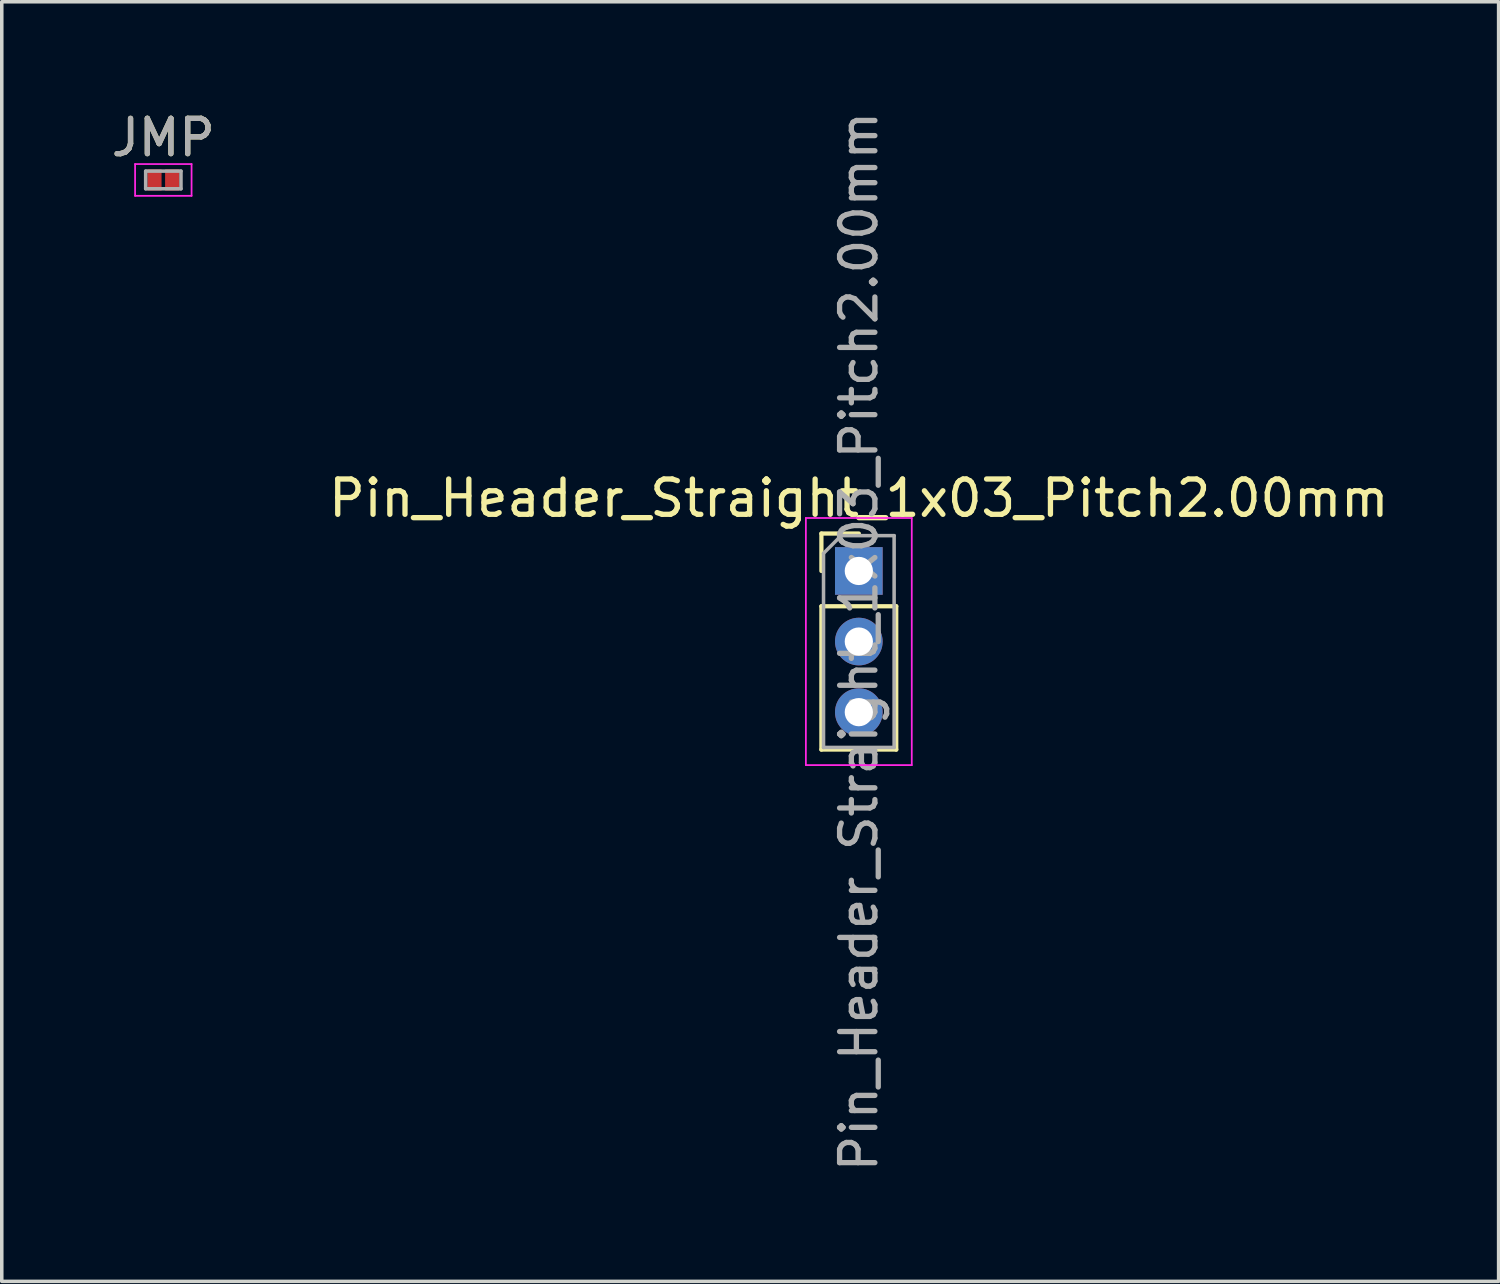
<source format=kicad_pcb>
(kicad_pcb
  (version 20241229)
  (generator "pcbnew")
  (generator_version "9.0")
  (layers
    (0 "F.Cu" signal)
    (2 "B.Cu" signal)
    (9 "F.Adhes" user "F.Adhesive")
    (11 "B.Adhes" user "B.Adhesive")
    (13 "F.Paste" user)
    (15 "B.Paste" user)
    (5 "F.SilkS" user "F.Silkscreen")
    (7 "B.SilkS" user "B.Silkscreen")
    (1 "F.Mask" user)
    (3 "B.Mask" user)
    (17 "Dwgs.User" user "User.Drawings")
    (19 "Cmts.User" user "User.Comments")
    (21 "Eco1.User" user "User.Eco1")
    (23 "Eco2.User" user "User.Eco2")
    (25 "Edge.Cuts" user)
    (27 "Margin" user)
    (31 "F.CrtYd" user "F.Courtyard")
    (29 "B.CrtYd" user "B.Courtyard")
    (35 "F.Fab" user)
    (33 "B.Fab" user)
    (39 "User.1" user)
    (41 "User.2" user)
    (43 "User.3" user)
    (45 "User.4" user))
  (footprint "JMP"
    (layer "F.Cu")
    (at 1.577 2.048)
    (property "Reference" "JMP" (at 0 -1.2 0) (layer "F.SilkS") (effects (font (size 1 1) (thickness 0.15))))
    (attr smd)
    (fp_line (start -0.8 -0.45) (end -0.8 0.45) (stroke (width 0.05) (type solid)) (layer "F.CrtYd"))
    (fp_line (start -0.8 -0.45) (end 0.8 -0.45) (stroke (width 0.05) (type solid)) (layer "F.CrtYd"))
    (fp_line (start 0.8 0.45) (end -0.8 0.45) (stroke (width 0.05) (type solid)) (layer "F.CrtYd"))
    (fp_line (start 0.8 0.45) (end 0.8 -0.45) (stroke (width 0.05) (type solid)) (layer "F.CrtYd"))
    (fp_line (start -0.5 -0.25) (end 0.5 -0.25) (stroke (width 0.1) (type solid)) (layer "F.Fab"))
    (fp_line (start -0.5 0.25) (end -0.5 -0.25) (stroke (width 0.1) (type solid)) (layer "F.Fab"))
    (fp_line (start 0.5 -0.25) (end 0.5 0.25) (stroke (width 0.1) (type solid)) (layer "F.Fab"))
    (fp_line (start 0.5 0.25) (end -0.5 0.25) (stroke (width 0.1) (type solid)) (layer "F.Fab"))
    (fp_text user "${REFERENCE}" (at 0 -1.2 0) (layer "F.Fab") (effects (font (size 1 1) (thickness 0.15))))
    (pad "1" smd rect (at -0.25 0) (size 0.4 0.6) (layers "F.Cu" "F.Mask" "F.Paste"))
    (pad "2" smd rect (at 0.25 0) (size 0.4 0.6) (layers "F.Cu" "F.Mask" "F.Paste")))
  (footprint "Pin_Header_Straight_1x03_Pitch2.00mm"
    (layer "F.Cu")
    (at 21.28 13.125)
    (property "Reference" "Pin_Header_Straight_1x03_Pitch2.00mm" (at 0 -2.06 0) (layer "F.SilkS") (effects (font (size 1 1) (thickness 0.15))))
    (attr through_hole)
    (fp_line (start -1.06 -1.06) (end 0 -1.06) (stroke (width 0.12) (type solid)) (layer "F.SilkS"))
    (fp_line (start -1.06 0) (end -1.06 -1.06) (stroke (width 0.12) (type solid)) (layer "F.SilkS"))
    (fp_line (start -1.06 1) (end -1.06 5.06) (stroke (width 0.12) (type solid)) (layer "F.SilkS"))
    (fp_line (start -1.06 1) (end 1.06 1) (stroke (width 0.12) (type solid)) (layer "F.SilkS"))
    (fp_line (start -1.06 5.06) (end 1.06 5.06) (stroke (width 0.12) (type solid)) (layer "F.SilkS"))
    (fp_line (start 1.06 1) (end 1.06 5.06) (stroke (width 0.12) (type solid)) (layer "F.SilkS"))
    (fp_line (start -1.5 -1.5) (end -1.5 5.5) (stroke (width 0.05) (type solid)) (layer "F.CrtYd"))
    (fp_line (start -1.5 5.5) (end 1.5 5.5) (stroke (width 0.05) (type solid)) (layer "F.CrtYd"))
    (fp_line (start 1.5 -1.5) (end -1.5 -1.5) (stroke (width 0.05) (type solid)) (layer "F.CrtYd"))
    (fp_line (start 1.5 5.5) (end 1.5 -1.5) (stroke (width 0.05) (type solid)) (layer "F.CrtYd"))
    (fp_line (start -1 -0.5) (end -0.5 -1) (stroke (width 0.1) (type solid)) (layer "F.Fab"))
    (fp_line (start -1 5) (end -1 -0.5) (stroke (width 0.1) (type solid)) (layer "F.Fab"))
    (fp_line (start -0.5 -1) (end 1 -1) (stroke (width 0.1) (type solid)) (layer "F.Fab"))
    (fp_line (start 1 -1) (end 1 5) (stroke (width 0.1) (type solid)) (layer "F.Fab"))
    (fp_line (start 1 5) (end -1 5) (stroke (width 0.1) (type solid)) (layer "F.Fab"))
    (fp_text user "${REFERENCE}" (at 0 2 90) (layer "F.Fab") (effects (font (size 1 1) (thickness 0.15))))
    (pad "1" thru_hole rect (at 0 0) (size 1.35 1.35) (drill 0.8) (layers "*.Cu" "*.Mask"))
    (pad "2" thru_hole oval (at 0 2) (size 1.35 1.35) (drill 0.8) (layers "*.Cu" "*.Mask"))
    (pad "3" thru_hole oval (at 0 4) (size 1.35 1.35) (drill 0.8) (layers "*.Cu" "*.Mask")))
  (gr_rect
    (start -3 -3)
    (end 39.405 33.25)
    (stroke (width 0.1) (type default))
    (fill no)
    (layer "Edge.Cuts")))
</source>
